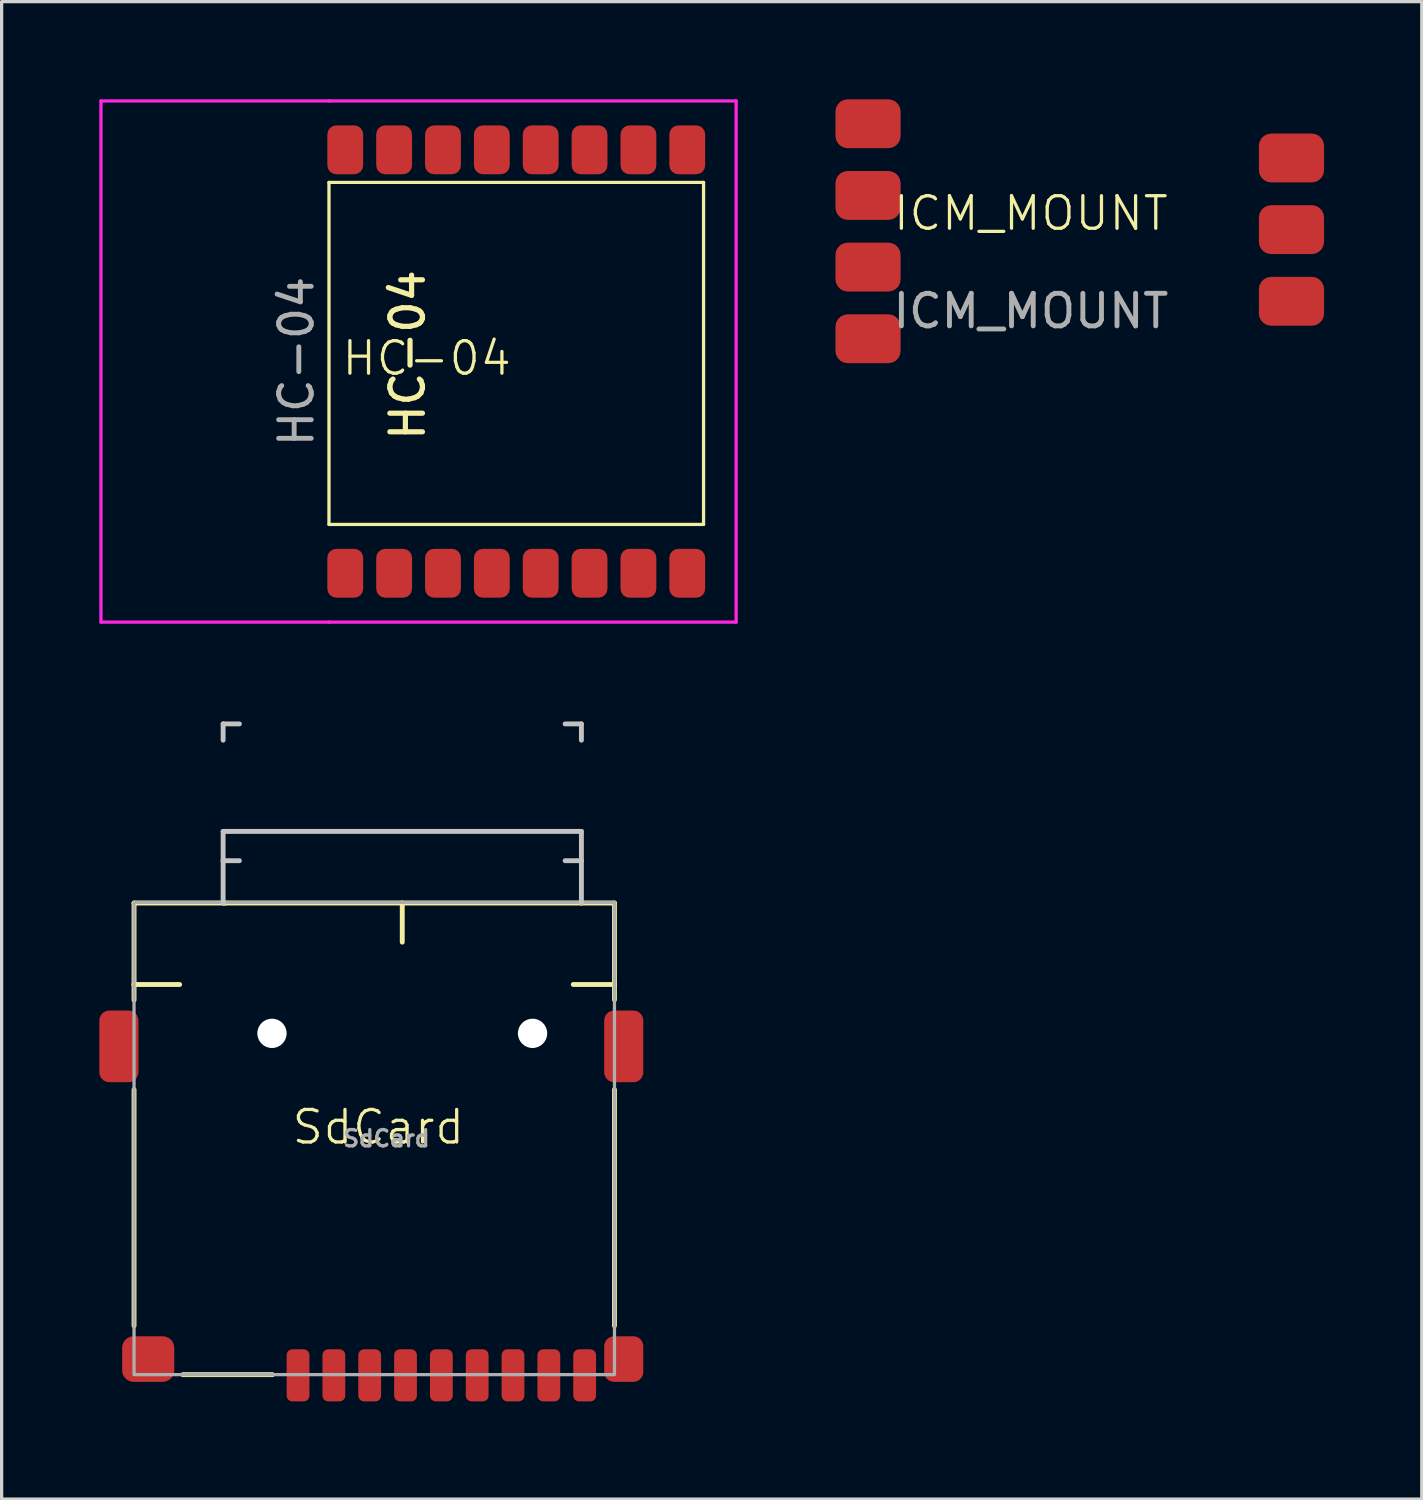
<source format=kicad_pcb>
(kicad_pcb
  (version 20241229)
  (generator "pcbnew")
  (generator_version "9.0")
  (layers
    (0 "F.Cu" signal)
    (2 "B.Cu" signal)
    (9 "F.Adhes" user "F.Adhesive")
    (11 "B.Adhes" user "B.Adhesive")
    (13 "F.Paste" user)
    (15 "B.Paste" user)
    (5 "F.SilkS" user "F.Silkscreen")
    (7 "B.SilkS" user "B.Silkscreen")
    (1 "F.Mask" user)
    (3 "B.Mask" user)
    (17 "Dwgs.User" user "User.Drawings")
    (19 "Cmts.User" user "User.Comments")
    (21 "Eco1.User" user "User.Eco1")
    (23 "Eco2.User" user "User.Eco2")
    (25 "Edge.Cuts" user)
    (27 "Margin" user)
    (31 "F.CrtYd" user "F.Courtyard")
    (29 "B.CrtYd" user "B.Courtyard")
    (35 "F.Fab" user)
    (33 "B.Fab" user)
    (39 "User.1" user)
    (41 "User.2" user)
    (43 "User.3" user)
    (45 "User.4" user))
  (footprint "ICM_MOUNT"
    (layer "F.Cu")
    (at 28.6 4)
    (property "Reference" "ICM_MOUNT" (at 0 -0.5 0) (unlocked yes) (layer "F.SilkS") (effects (font (size 1 1) (thickness 0.1))))
    (attr smd)
    (fp_text user "${REFERENCE}" (at 0 2.5 0) (unlocked yes) (layer "F.Fab") (effects (font (size 1 1) (thickness 0.15))))
    (pad "1" smd roundrect (at -5 3.35) (size 2 1.5) (layers "F.Cu" "F.Mask" "F.Paste") (roundrect_rratio 0.25))
    (pad "2" smd roundrect (at -5 1.15) (size 2 1.5) (layers "F.Cu" "F.Mask" "F.Paste") (roundrect_rratio 0.25))
    (pad "3" smd roundrect (at -5 -1.05) (size 2 1.5) (layers "F.Cu" "F.Mask" "F.Paste") (roundrect_rratio 0.25))
    (pad "4" smd roundrect (at -5 -3.25) (size 2 1.5) (layers "F.Cu" "F.Mask" "F.Paste") (roundrect_rratio 0.25))
    (pad "5" smd roundrect (at 8 0 180) (size 2 1.5) (layers "F.Cu" "F.Mask" "F.Paste") (roundrect_rratio 0.25))
    (pad "6" smd roundrect (at 8 -2.2 180) (size 2 1.5) (layers "F.Cu" "F.Mask" "F.Paste") (roundrect_rratio 0.25))
    (pad "7" smd roundrect (at 8 2.2 180) (size 2 1.5) (layers "F.Cu" "F.Mask" "F.Paste") (roundrect_rratio 0.25)))
  (footprint "SdCard"
    (layer "F.Cu")
    (at 8.565 32.053)
    (property "Reference" "SdCard" (at 0 -0.5 0) (unlocked yes) (layer "F.SilkS") (effects (font (size 1 1) (thickness 0.1))))
    (attr smd)
    (fp_line (start -7.5 -7.378) (end -7.5 -4.878) (stroke (width 0.15) (type solid)) (layer "F.SilkS"))
    (fp_line (start -7.5 -4.878) (end -7.5 -4.4) (stroke (width 0.15) (type default)) (layer "F.SilkS"))
    (fp_line (start -7.5 -1.65) (end -7.5 5.6) (stroke (width 0.15) (type default)) (layer "F.SilkS"))
    (fp_line (start -6.1 -4.878) (end -7.5 -4.878) (stroke (width 0.15) (type solid)) (layer "F.SilkS"))
    (fp_line (start -6 7.1) (end -3.25 7.1) (stroke (width 0.15) (type default)) (layer "F.SilkS"))
    (fp_line (start -4.7 -7.378) (end -7.5 -7.378) (stroke (width 0.15) (type solid)) (layer "F.SilkS"))
    (fp_line (start 0.735 -7.378) (end -4.765 -7.378) (stroke (width 0.15) (type solid)) (layer "F.SilkS"))
    (fp_line (start 0.735 -6.178) (end 0.735 -7.378) (stroke (width 0.15) (type solid)) (layer "F.SilkS"))
    (fp_line (start 5.985 -4.878) (end 7.25 -4.878) (stroke (width 0.15) (type solid)) (layer "F.SilkS"))
    (fp_line (start 6.235 -7.378) (end 0.735 -7.378) (stroke (width 0.15) (type solid)) (layer "F.SilkS"))
    (fp_line (start 7.25 -7.378) (end 6.235 -7.378) (stroke (width 0.15) (type solid)) (layer "F.SilkS"))
    (fp_line (start 7.25 -7.378) (end 7.25 -4.878) (stroke (width 0.15) (type solid)) (layer "F.SilkS"))
    (fp_line (start 7.25 -4.889) (end 7.25 -4.411) (stroke (width 0.15) (type default)) (layer "F.SilkS"))
    (fp_line (start 7.25 -1.65) (end 7.25 5.6) (stroke (width 0.15) (type default)) (layer "F.SilkS"))
    (fp_line (start -4.765 -12.878) (end -4.765 -12.378) (stroke (width 0.15) (type solid)) (layer "Dwgs.User"))
    (fp_line (start -4.765 -9.578) (end -4.765 -8.678) (stroke (width 0.15) (type solid)) (layer "Dwgs.User"))
    (fp_line (start -4.765 -8.678) (end -4.765 -7.378) (stroke (width 0.15) (type solid)) (layer "Dwgs.User"))
    (fp_line (start -4.265 -12.878) (end -4.765 -12.878) (stroke (width 0.15) (type solid)) (layer "Dwgs.User"))
    (fp_line (start -4.265 -8.678) (end -4.765 -8.678) (stroke (width 0.15) (type solid)) (layer "Dwgs.User"))
    (fp_line (start 5.735 -12.878) (end 6.235 -12.878) (stroke (width 0.15) (type solid)) (layer "Dwgs.User"))
    (fp_line (start 5.735 -8.678) (end 6.235 -8.678) (stroke (width 0.15) (type solid)) (layer "Dwgs.User"))
    (fp_line (start 6.235 -12.878) (end 6.235 -12.378) (stroke (width 0.15) (type solid)) (layer "Dwgs.User"))
    (fp_line (start 6.235 -9.578) (end -4.765 -9.578) (stroke (width 0.15) (type solid)) (layer "Dwgs.User"))
    (fp_line (start 6.235 -9.578) (end 6.235 -8.678) (stroke (width 0.15) (type solid)) (layer "Dwgs.User"))
    (fp_line (start 6.235 -8.678) (end 6.235 -7.378) (stroke (width 0.15) (type solid)) (layer "Dwgs.User"))
    (fp_rect (start -7.5 -7.4) (end 7.25 7.1) (stroke (width 0.1) (type solid)) (fill no) (layer "F.Fab"))
    (fp_text user "${REFERENCE}" (at 0.25 -0.15 0) (layer "F.Fab") (effects (font (size 0.5 0.5) (thickness 0.1))))
    (pad "" np_thru_hole circle (at -3.265 -3.378) (size 0.9 0.9) (drill 0.9) (layers "*.Cu" "*.Mask"))
    (pad "" np_thru_hole circle (at 4.735 -3.378) (size 0.9 0.9) (drill 0.9) (layers "*.Cu" "*.Mask"))
    (pad "1" smd roundrect (at -2.465 7.122) (size 0.7 1.6) (layers "F.Cu" "F.Mask" "F.Paste") (roundrect_rratio 0.25))
    (pad "2" smd roundrect (at -1.365 7.122) (size 0.7 1.6) (layers "F.Cu" "F.Mask" "F.Paste") (roundrect_rratio 0.25))
    (pad "3" smd roundrect (at -0.265 7.122) (size 0.7 1.6) (layers "F.Cu" "F.Mask" "F.Paste") (roundrect_rratio 0.25))
    (pad "4" smd roundrect (at 0.835 7.122) (size 0.7 1.6) (layers "F.Cu" "F.Mask" "F.Paste") (roundrect_rratio 0.25))
    (pad "5" smd roundrect (at 1.935 7.122) (size 0.7 1.6) (layers "F.Cu" "F.Mask" "F.Paste") (roundrect_rratio 0.25))
    (pad "6" smd roundrect (at 3.035 7.122) (size 0.7 1.6) (layers "F.Cu" "F.Mask" "F.Paste") (roundrect_rratio 0.25))
    (pad "7" smd roundrect (at 4.135 7.122) (size 0.7 1.6) (layers "F.Cu" "F.Mask" "F.Paste") (roundrect_rratio 0.25))
    (pad "8" smd roundrect (at 5.235 7.122) (size 0.7 1.6) (layers "F.Cu" "F.Mask" "F.Paste") (roundrect_rratio 0.25))
    (pad "9" smd roundrect (at 6.335 7.122) (size 0.7 1.6) (layers "F.Cu" "F.Mask" "F.Paste") (roundrect_rratio 0.25))
    (pad "SH" smd roundrect (at -7.965 -2.978) (size 1.2 2.2) (layers "F.Cu" "F.Mask" "F.Paste") (roundrect_rratio 0.25))
    (pad "SH" smd roundrect (at -7.065 6.622) (size 1.6 1.4) (layers "F.Cu" "F.Mask" "F.Paste") (roundrect_rratio 0.25))
    (pad "SH" smd roundrect (at 7.535 -2.978) (size 1.2 2.2) (layers "F.Cu" "F.Mask" "F.Paste") (roundrect_rratio 0.25))
    (pad "SH" smd roundrect (at 7.535 6.622) (size 1.2 1.4) (layers "F.Cu" "F.Mask" "F.Paste") (roundrect_rratio 0.25)))
  (footprint "HC-04"
    (layer "F.Cu")
    (at 10.05 8.45)
    (property "Reference" "HC-04" (at 0 -0.5 0) (unlocked yes) (layer "F.SilkS") (effects (font (size 1 1) (thickness 0.1))))
    (attr smd)
    (fp_line (start -3 -5.9) (end -3 4.6) (stroke (width 0.1) (type default)) (layer "F.SilkS"))
    (fp_line (start -3 -5.9) (end 8.5 -5.9) (stroke (width 0.1) (type default)) (layer "F.SilkS"))
    (fp_line (start -3 4.6) (end 8.5 4.6) (stroke (width 0.1) (type default)) (layer "F.SilkS"))
    (fp_line (start 8.5 -5.9) (end 8.5 4.6) (stroke (width 0.1) (type default)) (layer "F.SilkS"))
    (fp_line (start -9.5 6.1) (end -9.5 -6.9) (stroke (width 0.1) (type default)) (layer "Eco2.User"))
    (fp_line (start -9.5 6.1) (end -2.5 6.1) (stroke (width 0.1) (type default)) (layer "Eco2.User"))
    (fp_line (start -2.5 -6.9) (end -9.5 -6.9) (stroke (width 0.1) (type default)) (layer "Eco2.User"))
    (fp_line (start 9 -6.9) (end 9 6.1) (stroke (width 0.1) (type default)) (layer "Eco2.User"))
    (fp_line (start -10 -8.4) (end -10 7.6) (stroke (width 0.1) (type default)) (layer "F.CrtYd"))
    (fp_line (start -10 7.6) (end -3 7.6) (stroke (width 0.1) (type default)) (layer "F.CrtYd"))
    (fp_line (start -3 -8.4) (end -10 -8.4) (stroke (width 0.1) (type default)) (layer "F.CrtYd"))
    (fp_line (start -3 -8.4) (end 9.5 -8.4) (stroke (width 0.1) (type default)) (layer "F.CrtYd"))
    (fp_line (start 9.5 -8.4) (end 9.5 7.6) (stroke (width 0.1) (type default)) (layer "F.CrtYd"))
    (fp_line (start 9.5 7.6) (end -3 7.6) (stroke (width 0.1) (type default)) (layer "F.CrtYd"))
    (fp_text user "HC-04" (at 0 2.1 90) (unlocked yes) (layer "F.SilkS") (effects (font (size 1 1) (thickness 0.16)) (justify left bottom)))
    (fp_text user "${REFERENCE}" (at -4 -0.4 90) (unlocked yes) (layer "F.Fab") (effects (font (size 1 1) (thickness 0.15))))
    (pad "1" smd roundrect (at -2.5 6.1 90) (size 1.5 1.1) (layers "F.Cu" "F.Mask" "F.Paste") (roundrect_rratio 0.25))
    (pad "2" smd roundrect (at -1 6.1 90) (size 1.5 1.1) (layers "F.Cu" "F.Mask" "F.Paste") (roundrect_rratio 0.25))
    (pad "3" smd roundrect (at 0.5 6.1 90) (size 1.5 1.1) (layers "F.Cu" "F.Mask" "F.Paste") (roundrect_rratio 0.25))
    (pad "4" smd roundrect (at 2 6.1 90) (size 1.5 1.1) (layers "F.Cu" "F.Mask" "F.Paste") (roundrect_rratio 0.25))
    (pad "5" smd roundrect (at 3.5 6.1 90) (size 1.5 1.1) (layers "F.Cu" "F.Mask" "F.Paste") (roundrect_rratio 0.25))
    (pad "6" smd roundrect (at 5 6.1 90) (size 1.5 1.1) (layers "F.Cu" "F.Mask" "F.Paste") (roundrect_rratio 0.25))
    (pad "7" smd roundrect (at 6.5 6.1 90) (size 1.5 1.1) (layers "F.Cu" "F.Mask" "F.Paste") (roundrect_rratio 0.25))
    (pad "8" smd roundrect (at 8 6.1 90) (size 1.5 1.1) (layers "F.Cu" "F.Mask" "F.Paste") (roundrect_rratio 0.25))
    (pad "9" smd roundrect (at 8 -6.9 90) (size 1.5 1.1) (layers "F.Cu" "F.Mask" "F.Paste") (roundrect_rratio 0.25))
    (pad "10" smd roundrect (at 6.5 -6.9 90) (size 1.5 1.1) (layers "F.Cu" "F.Mask" "F.Paste") (roundrect_rratio 0.25))
    (pad "11" smd roundrect (at 5 -6.9 90) (size 1.5 1.1) (layers "F.Cu" "F.Mask" "F.Paste") (roundrect_rratio 0.25))
    (pad "12" smd roundrect (at 3.5 -6.9 90) (size 1.5 1.1) (layers "F.Cu" "F.Mask" "F.Paste") (roundrect_rratio 0.25))
    (pad "13" smd roundrect (at 2 -6.9 90) (size 1.5 1.1) (layers "F.Cu" "F.Mask" "F.Paste") (roundrect_rratio 0.25))
    (pad "14" smd roundrect (at 0.5 -6.9 90) (size 1.5 1.1) (layers "F.Cu" "F.Mask" "F.Paste") (roundrect_rratio 0.25))
    (pad "15" smd roundrect (at -1 -6.9 90) (size 1.5 1.1) (layers "F.Cu" "F.Mask" "F.Paste") (roundrect_rratio 0.25))
    (pad "16" smd roundrect (at -2.5 -6.9 90) (size 1.5 1.1) (layers "F.Cu" "F.Mask" "F.Paste") (roundrect_rratio 0.25)))
  (gr_rect
    (start -3 -3)
    (end 40.6 42.975)
    (stroke (width 0.1) (type default))
    (fill no)
    (layer "Edge.Cuts")))
</source>
